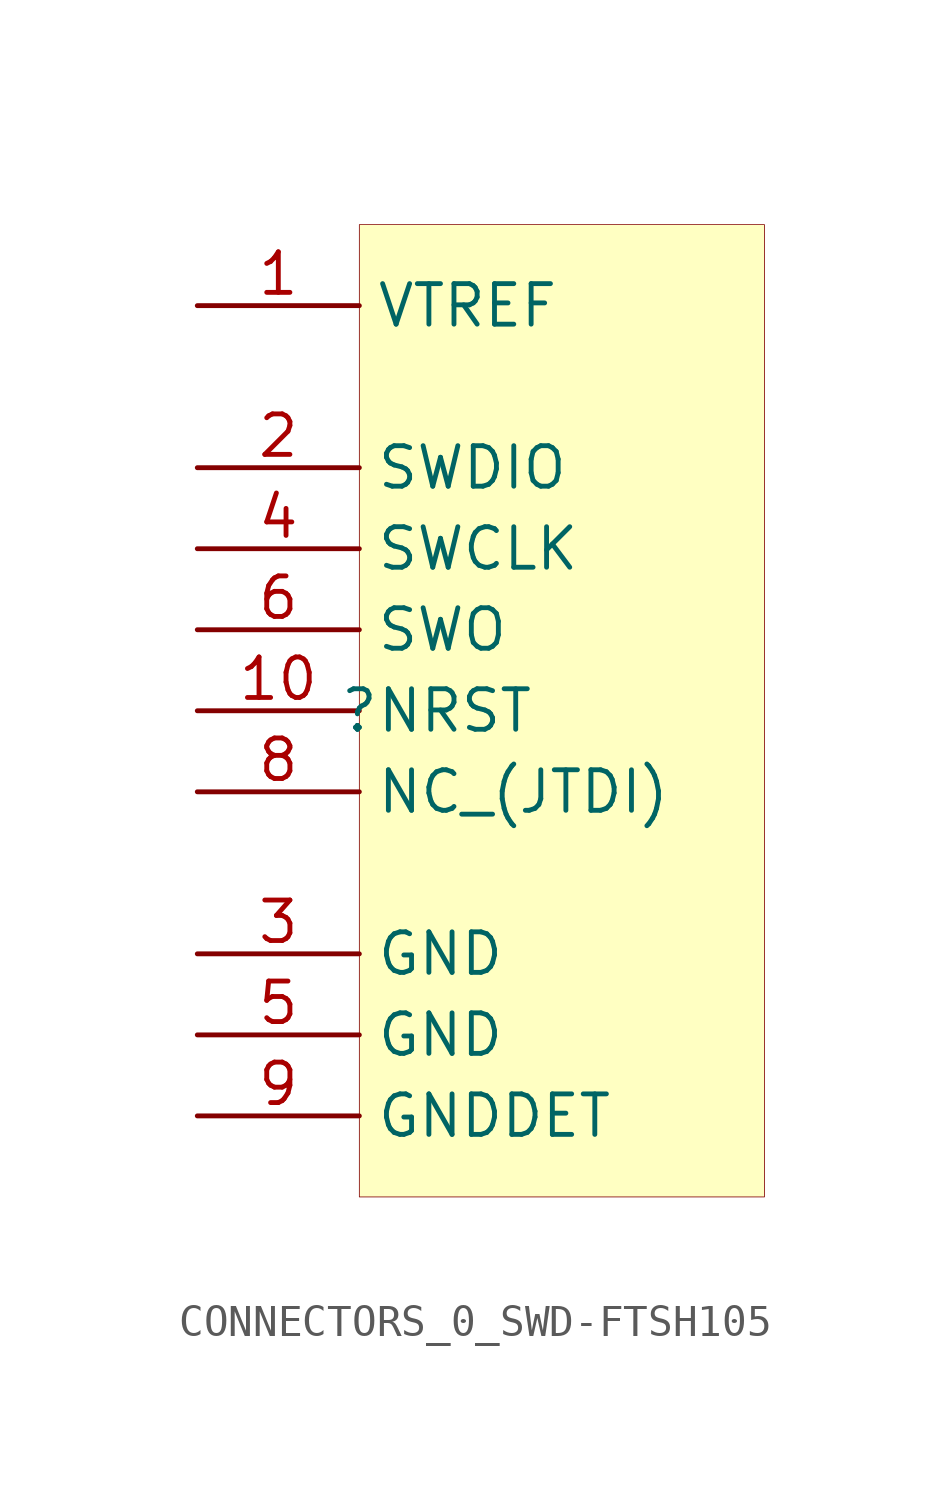
<source format=kicad_sym>
(kicad_symbol_lib
  (version 20231120)
  (generator "kicad_symbol_editor")
  (generator_version "7.99")
  (symbol "CONNECTORS_0_SWD-FTSH105"
    (property "Reference" ""
      (at 0 0 0)
      (effects (font (size 1.27 1.27))))
    (property "Value" ""
      (at 0 0 0)
      (effects (font (size 1.27 1.27))))
    (symbol "CONNECTORS_0_SWD-FTSH105_1_0"
      (rectangle (start 12.7 15.24) (end 0 -15.24) (stroke (width 0.025) (type solid) (color 128 0 0 1)) (fill (type background)))
      (pin passive line (at -5.08 12.7 0) (length 5.08) (name "VTREF" (effects (font (size 1.27 1.27)))) (number "1" (effects (font (size 1.27 1.27)))))
      (pin passive line (at -5.08 0 0) (length 5.08) (name "NRST" (effects (font (size 1.27 1.27)))) (number "10" (effects (font (size 1.27 1.27)))))
      (pin passive line (at -5.08 7.62 0) (length 5.08) (name "SWDIO" (effects (font (size 1.27 1.27)))) (number "2" (effects (font (size 1.27 1.27)))))
      (pin passive line (at -5.08 -7.62 0) (length 5.08) (name "GND" (effects (font (size 1.27 1.27)))) (number "3" (effects (font (size 1.27 1.27)))))
      (pin passive line (at -5.08 5.08 0) (length 5.08) (name "SWCLK" (effects (font (size 1.27 1.27)))) (number "4" (effects (font (size 1.27 1.27)))))
      (pin passive line (at -5.08 -10.16 0) (length 5.08) (name "GND" (effects (font (size 1.27 1.27)))) (number "5" (effects (font (size 1.27 1.27)))))
      (pin passive line (at -5.08 2.54 0) (length 5.08) (name "SWO" (effects (font (size 1.27 1.27)))) (number "6" (effects (font (size 1.27 1.27)))))
      (pin passive line (at -5.08 -2.54 0) (length 5.08) (name "NC_(JTDI)" (effects (font (size 1.27 1.27)))) (number "8" (effects (font (size 1.27 1.27)))))
      (pin passive line (at -5.08 -12.7 0) (length 5.08) (name "GNDDET" (effects (font (size 1.27 1.27)))) (number "9" (effects (font (size 1.27 1.27))))))))
</source>
